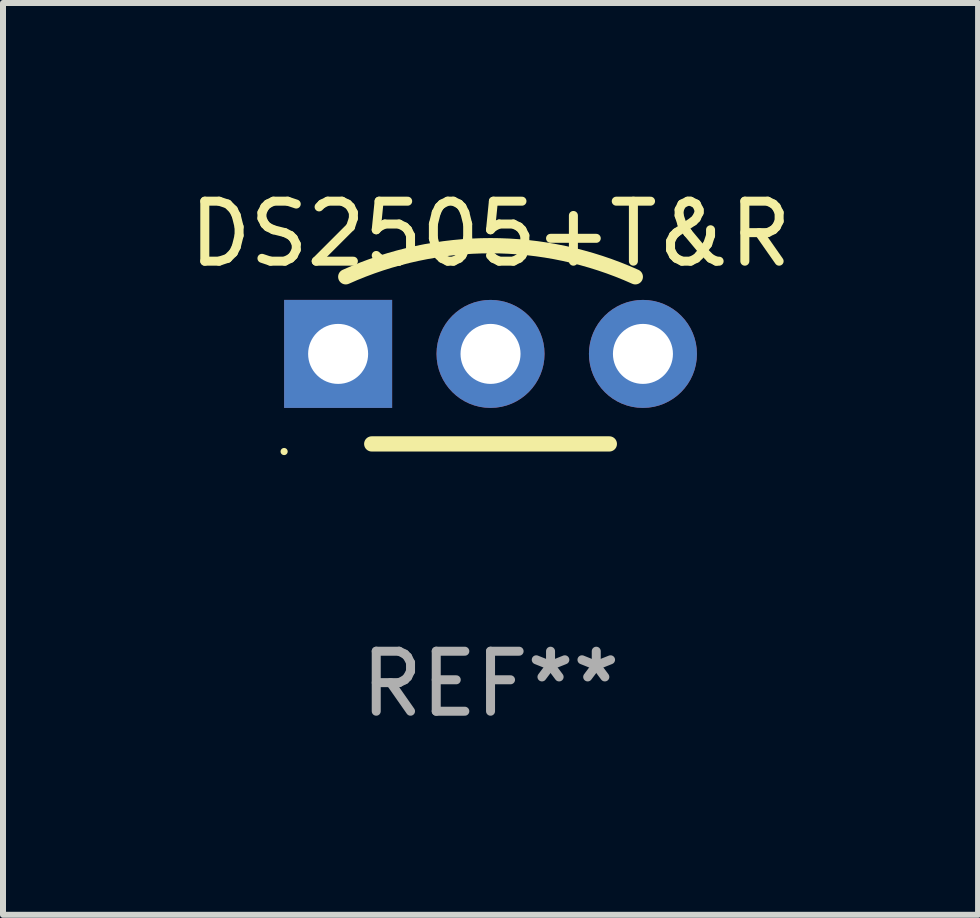
<source format=kicad_pcb>
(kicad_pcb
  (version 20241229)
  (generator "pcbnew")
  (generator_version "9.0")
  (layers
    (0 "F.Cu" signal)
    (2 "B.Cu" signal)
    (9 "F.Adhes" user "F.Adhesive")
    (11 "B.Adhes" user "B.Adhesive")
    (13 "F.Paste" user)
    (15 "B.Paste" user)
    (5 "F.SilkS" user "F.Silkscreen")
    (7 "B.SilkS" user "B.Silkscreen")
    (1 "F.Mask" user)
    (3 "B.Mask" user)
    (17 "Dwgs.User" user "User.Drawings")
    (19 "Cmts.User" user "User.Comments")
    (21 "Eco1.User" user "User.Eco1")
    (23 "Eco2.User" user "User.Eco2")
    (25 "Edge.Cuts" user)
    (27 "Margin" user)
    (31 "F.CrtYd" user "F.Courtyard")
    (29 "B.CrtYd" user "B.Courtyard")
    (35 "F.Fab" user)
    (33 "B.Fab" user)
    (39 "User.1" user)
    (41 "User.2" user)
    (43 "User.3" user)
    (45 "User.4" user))
  (footprint "DS2505+T&R"
    (layer "F.Cu")
    (at 5.125 3.598)
    (property "Reference" "DS2505+T&R" (at 0 -2.75 0) (layer "F.SilkS") (effects (font (size 1 1) (thickness 0.15))))
    (attr through_hole)
    (fp_line (start 1.98 0.75) (end -1.98 0.75) (stroke (width 0.254) (type solid)) (layer "F.SilkS"))
    (fp_arc (start -2.413005 -2.034925) (mid 0 -2.5534) (end 2.413005 -2.034925) (stroke (width 0.254001) (type solid)) (layer "F.SilkS"))
    (fp_circle (center -3.44 0.877) (end -3.41 0.877) (stroke (width 0.06) (type solid)) (fill no) (layer "F.SilkS"))
    (fp_text user "REF**" (at 0 4.75 0) (layer "F.Fab") (effects (font (size 1 1) (thickness 0.15))))
    (pad "1" thru_hole rect (at -2.54 -0.75 270) (size 1.8 1.8) (drill 1) (layers "*.Cu" "*.Mask"))
    (pad "2" thru_hole circle (at 0 -0.75) (size 1.8 1.8) (drill 1) (layers "*.Cu" "*.Mask"))
    (pad "3" thru_hole circle (at 2.54 -0.75) (size 1.8 1.8) (drill 1) (layers "*.Cu" "*.Mask")))
  (gr_rect
    (start -3 -3)
    (end 13.25 12.196)
    (stroke (width 0.1) (type default))
    (fill no)
    (layer "Edge.Cuts")))
</source>
